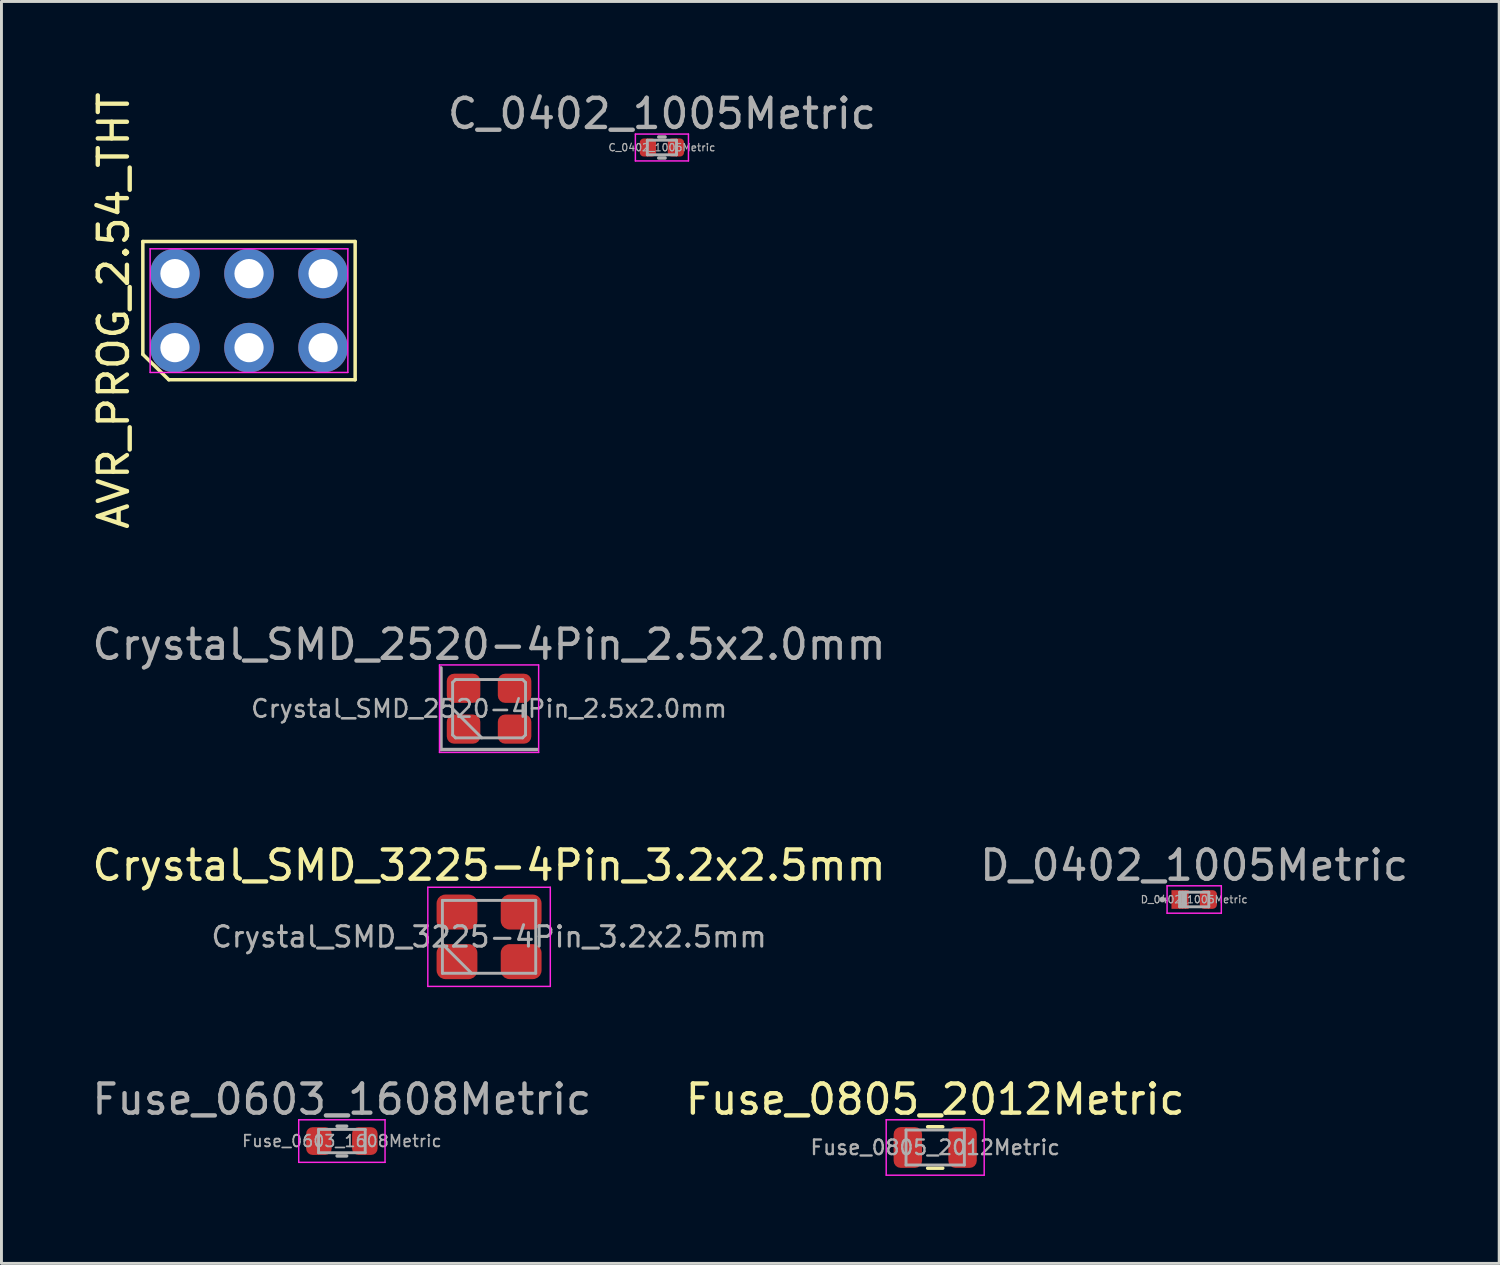
<source format=kicad_pcb>
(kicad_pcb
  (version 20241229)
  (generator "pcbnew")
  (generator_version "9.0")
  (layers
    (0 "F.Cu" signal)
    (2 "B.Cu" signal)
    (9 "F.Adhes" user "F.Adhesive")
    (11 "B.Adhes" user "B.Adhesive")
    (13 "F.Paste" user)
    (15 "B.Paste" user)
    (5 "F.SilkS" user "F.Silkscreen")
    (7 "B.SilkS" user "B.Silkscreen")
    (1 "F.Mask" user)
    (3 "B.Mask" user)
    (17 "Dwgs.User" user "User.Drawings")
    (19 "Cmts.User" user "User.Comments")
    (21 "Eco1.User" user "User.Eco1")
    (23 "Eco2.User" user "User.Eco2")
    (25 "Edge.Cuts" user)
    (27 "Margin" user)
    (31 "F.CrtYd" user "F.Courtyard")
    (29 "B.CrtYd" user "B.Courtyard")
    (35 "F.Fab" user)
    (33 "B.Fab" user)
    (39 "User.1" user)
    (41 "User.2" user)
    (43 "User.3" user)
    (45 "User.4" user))
  (footprint "Fuse_0603_1608Metric"
    (layer "F.Cu")
    (at 8.673 36.077)
    (property "Reference" "Fuse_0603_1608Metric" (at 0 -1.43 0) (layer "F.Fab") (effects (font (size 1 1) (thickness 0.15))))
    (attr smd)
    (fp_line (start -1.48 -0.73) (end 1.48 -0.73) (stroke (width 0.05) (type solid)) (layer "F.CrtYd"))
    (fp_line (start -1.48 0.73) (end -1.48 -0.73) (stroke (width 0.05) (type solid)) (layer "F.CrtYd"))
    (fp_line (start 1.48 -0.73) (end 1.48 0.73) (stroke (width 0.05) (type solid)) (layer "F.CrtYd"))
    (fp_line (start 1.48 0.73) (end -1.48 0.73) (stroke (width 0.05) (type solid)) (layer "F.CrtYd"))
    (fp_line (start -0.8 -0.4) (end 0.8 -0.4) (stroke (width 0.1) (type solid)) (layer "F.Fab"))
    (fp_line (start -0.8 0.4) (end -0.8 -0.4) (stroke (width 0.1) (type solid)) (layer "F.Fab"))
    (fp_line (start -0.163 -0.51) (end 0.163 -0.51) (stroke (width 0.12) (type solid)) (layer "F.Fab"))
    (fp_line (start -0.163 0.51) (end 0.163 0.51) (stroke (width 0.12) (type solid)) (layer "F.Fab"))
    (fp_line (start 0.8 -0.4) (end 0.8 0.4) (stroke (width 0.1) (type solid)) (layer "F.Fab"))
    (fp_line (start 0.8 0.4) (end -0.8 0.4) (stroke (width 0.1) (type solid)) (layer "F.Fab"))
    (fp_text user "${REFERENCE}" (at 0 0 0) (layer "F.Fab") (effects (font (size 0.4 0.4) (thickness 0.06))))
    (pad "1" smd roundrect (at -0.787 0) (size 0.875 0.95) (layers "F.Cu" "F.Mask" "F.Paste") (roundrect_rratio 0.25))
    (pad "2" smd roundrect (at 0.787 0) (size 0.875 0.95) (layers "F.Cu" "F.Mask" "F.Paste") (roundrect_rratio 0.25)))
  (footprint "Crystal_SMD_3225-4Pin_3.2x2.5mm"
    (layer "F.Cu")
    (at 13.72 29.074)
    (property "Reference" "Crystal_SMD_3225-4Pin_3.2x2.5mm" (at 0 -2.45 0) (layer "F.SilkS") (effects (font (size 1 1) (thickness 0.15))))
    (attr smd)
    (fp_line (start -2.1 -1.7) (end -2.1 1.7) (stroke (width 0.05) (type solid)) (layer "F.CrtYd"))
    (fp_line (start -2.1 1.7) (end 2.1 1.7) (stroke (width 0.05) (type solid)) (layer "F.CrtYd"))
    (fp_line (start 2.1 -1.7) (end -2.1 -1.7) (stroke (width 0.05) (type solid)) (layer "F.CrtYd"))
    (fp_line (start 2.1 1.7) (end 2.1 -1.7) (stroke (width 0.05) (type solid)) (layer "F.CrtYd"))
    (fp_line (start -1.6 -1.25) (end -1.6 1.25) (stroke (width 0.1) (type solid)) (layer "F.Fab"))
    (fp_line (start -1.6 0.25) (end -0.6 1.25) (stroke (width 0.1) (type solid)) (layer "F.Fab"))
    (fp_line (start -1.6 1.25) (end 1.6 1.25) (stroke (width 0.1) (type solid)) (layer "F.Fab"))
    (fp_line (start 1.6 -1.25) (end -1.6 -1.25) (stroke (width 0.1) (type solid)) (layer "F.Fab"))
    (fp_line (start 1.6 1.25) (end 1.6 -1.25) (stroke (width 0.1) (type solid)) (layer "F.Fab"))
    (fp_text user "${REFERENCE}" (at 0 0 0) (layer "F.Fab") (effects (font (size 0.7 0.7) (thickness 0.105))))
    (pad "1" smd roundrect (at -1.1 0.85) (size 1.4 1.2) (layers "F.Cu" "F.Mask" "F.Paste") (roundrect_rratio 0.25))
    (pad "2" smd roundrect (at 1.1 0.85) (size 1.4 1.2) (layers "F.Cu" "F.Mask" "F.Paste") (roundrect_rratio 0.25))
    (pad "3" smd roundrect (at 1.1 -0.85) (size 1.4 1.2) (layers "F.Cu" "F.Mask" "F.Paste") (roundrect_rratio 0.25))
    (pad "4" smd roundrect (at -1.1 -0.85) (size 1.4 1.2) (layers "F.Cu" "F.Mask" "F.Paste") (roundrect_rratio 0.25)))
  (footprint "AVR_PROG_2.54_THT"
    (layer "F.Cu")
    (at 5.488 7.601)
    (property "Reference" "AVR_PROG_2.54_THT" (at -4.64 0 90) (layer "F.SilkS") (effects (font (size 1 1) (thickness 0.15))))
    (fp_line (start -3.64 -2.37) (end -3.64 1.5) (stroke (width 0.12) (type solid)) (layer "F.SilkS"))
    (fp_line (start -3.64 1.5) (end -2.75 2.37) (stroke (width 0.12) (type solid)) (layer "F.SilkS"))
    (fp_line (start -2.75 2.37) (end 3.64 2.37) (stroke (width 0.12) (type solid)) (layer "F.SilkS"))
    (fp_line (start 3.64 -2.37) (end -3.64 -2.37) (stroke (width 0.12) (type solid)) (layer "F.SilkS"))
    (fp_line (start 3.64 2.37) (end 3.64 -2.37) (stroke (width 0.12) (type solid)) (layer "F.SilkS"))
    (fp_line (start -3.39 -2.12) (end 3.39 -2.12) (stroke (width 0.05) (type solid)) (layer "F.CrtYd"))
    (fp_line (start -3.39 2.12) (end -3.39 -2.12) (stroke (width 0.05) (type solid)) (layer "F.CrtYd"))
    (fp_line (start 3.39 -2.12) (end 3.39 2.12) (stroke (width 0.05) (type solid)) (layer "F.CrtYd"))
    (fp_line (start 3.39 2.12) (end -3.39 2.12) (stroke (width 0.05) (type solid)) (layer "F.CrtYd"))
    (pad "1" thru_hole circle (at -2.54 1.27) (size 1.7 1.7) (drill 1) (layers "*.Cu" "*.Mask"))
    (pad "2" thru_hole circle (at -2.54 -1.27) (size 1.7 1.7) (drill 1) (layers "*.Cu" "*.Mask"))
    (pad "3" thru_hole circle (at 0 1.27) (size 1.7 1.7) (drill 1) (layers "*.Cu" "*.Mask"))
    (pad "4" thru_hole circle (at 0 -1.27) (size 1.7 1.7) (drill 1) (layers "*.Cu" "*.Mask"))
    (pad "5" thru_hole circle (at 2.54 1.27) (size 1.7 1.7) (drill 1) (layers "*.Cu" "*.Mask"))
    (pad "6" thru_hole circle (at 2.54 -1.27) (size 1.7 1.7) (drill 1) (layers "*.Cu" "*.Mask")))
  (footprint "D_0402_1005Metric"
    (layer "F.Cu")
    (at 37.899 27.794)
    (property "Reference" "D_0402_1005Metric" (at 0 -1.17 0) (layer "F.Fab") (effects (font (size 1 1) (thickness 0.15))))
    (attr smd)
    (fp_line (start -0.93 -0.47) (end 0.93 -0.47) (stroke (width 0.05) (type solid)) (layer "F.CrtYd"))
    (fp_line (start -0.93 0.47) (end -0.93 -0.47) (stroke (width 0.05) (type solid)) (layer "F.CrtYd"))
    (fp_line (start 0.93 -0.47) (end 0.93 0.47) (stroke (width 0.05) (type solid)) (layer "F.CrtYd"))
    (fp_line (start 0.93 0.47) (end -0.93 0.47) (stroke (width 0.05) (type solid)) (layer "F.CrtYd"))
    (fp_line (start -0.5 -0.25) (end 0.5 -0.25) (stroke (width 0.1) (type solid)) (layer "F.Fab"))
    (fp_line (start -0.5 0.25) (end -0.5 -0.25) (stroke (width 0.1) (type solid)) (layer "F.Fab"))
    (fp_line (start -0.4 0.25) (end -0.4 -0.25) (stroke (width 0.1) (type solid)) (layer "F.Fab"))
    (fp_line (start -0.3 0.25) (end -0.3 -0.25) (stroke (width 0.1) (type solid)) (layer "F.Fab"))
    (fp_line (start 0.5 -0.25) (end 0.5 0.25) (stroke (width 0.1) (type solid)) (layer "F.Fab"))
    (fp_line (start 0.5 0.25) (end -0.5 0.25) (stroke (width 0.1) (type solid)) (layer "F.Fab"))
    (fp_circle (center -1.09 0) (end -1.04 0) (stroke (width 0.1) (type solid)) (fill no) (layer "F.Fab"))
    (fp_text user "${REFERENCE}" (at 0 0 0) (layer "F.Fab") (effects (font (size 0.25 0.25) (thickness 0.04))))
    (pad "1" smd rect (at -0.485 0) (size 0.59 0.64) (layers "F.Cu" "F.Mask" "F.Paste"))
    (pad "2" smd roundrect (at 0.485 0) (size 0.59 0.64) (layers "F.Cu" "F.Mask" "F.Paste") (roundrect_rratio 0.25)))
  (footprint "Crystal_SMD_2520-4Pin_2.5x2.0mm"
    (layer "F.Cu")
    (at 13.72 21.251)
    (property "Reference" "Crystal_SMD_2520-4Pin_2.5x2.0mm" (at 0 -2.2 0) (layer "F.Fab") (effects (font (size 1 1) (thickness 0.15))))
    (attr smd)
    (fp_line (start -1.7 -1.5) (end -1.7 1.5) (stroke (width 0.05) (type solid)) (layer "F.CrtYd"))
    (fp_line (start -1.7 1.5) (end 1.7 1.5) (stroke (width 0.05) (type solid)) (layer "F.CrtYd"))
    (fp_line (start 1.7 -1.5) (end -1.7 -1.5) (stroke (width 0.05) (type solid)) (layer "F.CrtYd"))
    (fp_line (start 1.7 1.5) (end 1.7 -1.5) (stroke (width 0.05) (type solid)) (layer "F.CrtYd"))
    (fp_line (start -1.65 -1.4) (end -1.65 1.4) (stroke (width 0.12) (type solid)) (layer "F.Fab"))
    (fp_line (start -1.65 1.4) (end 1.65 1.4) (stroke (width 0.12) (type solid)) (layer "F.Fab"))
    (fp_line (start -1.25 -0.9) (end -1.15 -1) (stroke (width 0.1) (type solid)) (layer "F.Fab"))
    (fp_line (start -1.25 0) (end -0.25 1) (stroke (width 0.1) (type solid)) (layer "F.Fab"))
    (fp_line (start -1.25 0.9) (end -1.25 -0.9) (stroke (width 0.1) (type solid)) (layer "F.Fab"))
    (fp_line (start -1.15 -1) (end 1.15 -1) (stroke (width 0.1) (type solid)) (layer "F.Fab"))
    (fp_line (start -1.15 1) (end -1.25 0.9) (stroke (width 0.1) (type solid)) (layer "F.Fab"))
    (fp_line (start 1.15 -1) (end 1.25 -0.9) (stroke (width 0.1) (type solid)) (layer "F.Fab"))
    (fp_line (start 1.15 1) (end -1.15 1) (stroke (width 0.1) (type solid)) (layer "F.Fab"))
    (fp_line (start 1.25 -0.9) (end 1.25 0.9) (stroke (width 0.1) (type solid)) (layer "F.Fab"))
    (fp_line (start 1.25 0.9) (end 1.15 1) (stroke (width 0.1) (type solid)) (layer "F.Fab"))
    (fp_text user "${REFERENCE}" (at 0 0 0) (layer "F.Fab") (effects (font (size 0.6 0.6) (thickness 0.09))))
    (pad "1" smd roundrect (at -0.875 0.7) (size 1.15 1) (layers "F.Cu" "F.Mask" "F.Paste") (roundrect_rratio 0.25))
    (pad "2" smd roundrect (at 0.875 0.7) (size 1.15 1) (layers "F.Cu" "F.Mask" "F.Paste") (roundrect_rratio 0.25))
    (pad "3" smd roundrect (at 0.875 -0.7) (size 1.15 1) (layers "F.Cu" "F.Mask" "F.Paste") (roundrect_rratio 0.25))
    (pad "4" smd roundrect (at -0.875 -0.7) (size 1.15 1) (layers "F.Cu" "F.Mask" "F.Paste") (roundrect_rratio 0.25)))
  (footprint "Fuse_0805_2012Metric"
    (layer "F.Cu")
    (at 29.018 36.297)
    (property "Reference" "Fuse_0805_2012Metric" (at 0 -1.65 0) (layer "F.SilkS") (effects (font (size 1 1) (thickness 0.15))))
    (attr smd)
    (fp_line (start -0.259 -0.71) (end 0.259 -0.71) (stroke (width 0.12) (type solid)) (layer "F.SilkS"))
    (fp_line (start -0.259 0.71) (end 0.259 0.71) (stroke (width 0.12) (type solid)) (layer "F.SilkS"))
    (fp_line (start -1.68 -0.95) (end 1.68 -0.95) (stroke (width 0.05) (type solid)) (layer "F.CrtYd"))
    (fp_line (start -1.68 0.95) (end -1.68 -0.95) (stroke (width 0.05) (type solid)) (layer "F.CrtYd"))
    (fp_line (start 1.68 -0.95) (end 1.68 0.95) (stroke (width 0.05) (type solid)) (layer "F.CrtYd"))
    (fp_line (start 1.68 0.95) (end -1.68 0.95) (stroke (width 0.05) (type solid)) (layer "F.CrtYd"))
    (fp_line (start -1 -0.6) (end 1 -0.6) (stroke (width 0.1) (type solid)) (layer "F.Fab"))
    (fp_line (start -1 0.6) (end -1 -0.6) (stroke (width 0.1) (type solid)) (layer "F.Fab"))
    (fp_line (start 1 -0.6) (end 1 0.6) (stroke (width 0.1) (type solid)) (layer "F.Fab"))
    (fp_line (start 1 0.6) (end -1 0.6) (stroke (width 0.1) (type solid)) (layer "F.Fab"))
    (fp_text user "${REFERENCE}" (at 0 0 0) (layer "F.Fab") (effects (font (size 0.5 0.5) (thickness 0.08))))
    (pad "1" smd roundrect (at -0.938 0) (size 0.975 1.4) (layers "F.Cu" "F.Mask" "F.Paste") (roundrect_rratio 0.25))
    (pad "2" smd roundrect (at 0.938 0) (size 0.975 1.4) (layers "F.Cu" "F.Mask" "F.Paste") (roundrect_rratio 0.25)))
  (footprint "C_0402_1005Metric"
    (layer "F.Cu")
    (at 19.647 2.008)
    (property "Reference" "C_0402_1005Metric" (at 0 -1.16 0) (layer "F.Fab") (effects (font (size 1 1) (thickness 0.15))))
    (attr smd)
    (fp_line (start -0.91 -0.46) (end 0.91 -0.46) (stroke (width 0.05) (type solid)) (layer "F.CrtYd"))
    (fp_line (start -0.91 0.46) (end -0.91 -0.46) (stroke (width 0.05) (type solid)) (layer "F.CrtYd"))
    (fp_line (start 0.91 -0.46) (end 0.91 0.46) (stroke (width 0.05) (type solid)) (layer "F.CrtYd"))
    (fp_line (start 0.91 0.46) (end -0.91 0.46) (stroke (width 0.05) (type solid)) (layer "F.CrtYd"))
    (fp_line (start -0.5 -0.25) (end 0.5 -0.25) (stroke (width 0.1) (type solid)) (layer "F.Fab"))
    (fp_line (start -0.5 0.25) (end -0.5 -0.25) (stroke (width 0.1) (type solid)) (layer "F.Fab"))
    (fp_line (start -0.108 -0.36) (end 0.108 -0.36) (stroke (width 0.12) (type solid)) (layer "F.Fab"))
    (fp_line (start -0.108 0.36) (end 0.108 0.36) (stroke (width 0.12) (type solid)) (layer "F.Fab"))
    (fp_line (start 0.5 -0.25) (end 0.5 0.25) (stroke (width 0.1) (type solid)) (layer "F.Fab"))
    (fp_line (start 0.5 0.25) (end -0.5 0.25) (stroke (width 0.1) (type solid)) (layer "F.Fab"))
    (fp_text user "${REFERENCE}" (at 0 0 0) (layer "F.Fab") (effects (font (size 0.25 0.25) (thickness 0.04))))
    (pad "1" smd roundrect (at -0.48 0) (size 0.56 0.62) (layers "F.Cu" "F.Mask" "F.Paste") (roundrect_rratio 0.25))
    (pad "2" smd roundrect (at 0.48 0) (size 0.56 0.62) (layers "F.Cu" "F.Mask" "F.Paste") (roundrect_rratio 0.25)))
  (gr_rect
    (start -3 -3)
    (end 48.357 40.272)
    (stroke (width 0.1) (type default))
    (fill no)
    (layer "Edge.Cuts")))
</source>
